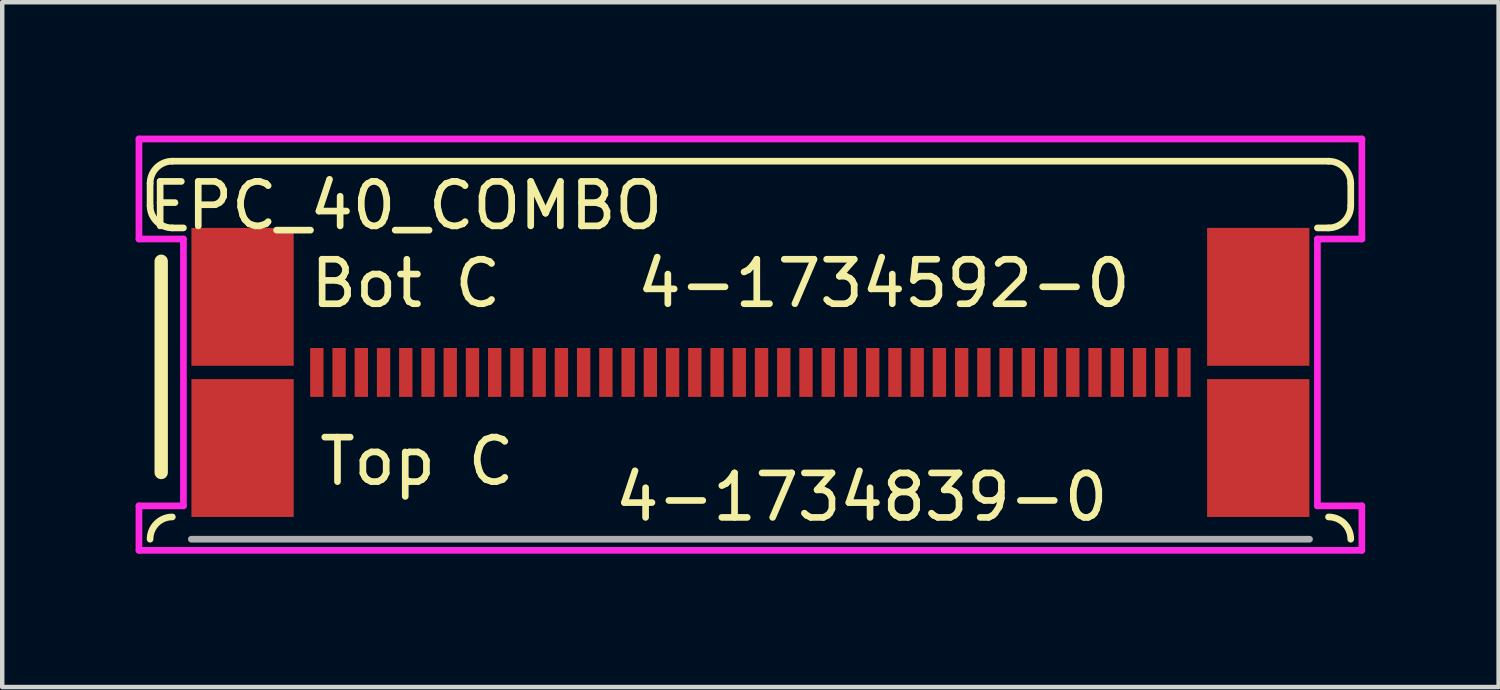
<source format=kicad_pcb>
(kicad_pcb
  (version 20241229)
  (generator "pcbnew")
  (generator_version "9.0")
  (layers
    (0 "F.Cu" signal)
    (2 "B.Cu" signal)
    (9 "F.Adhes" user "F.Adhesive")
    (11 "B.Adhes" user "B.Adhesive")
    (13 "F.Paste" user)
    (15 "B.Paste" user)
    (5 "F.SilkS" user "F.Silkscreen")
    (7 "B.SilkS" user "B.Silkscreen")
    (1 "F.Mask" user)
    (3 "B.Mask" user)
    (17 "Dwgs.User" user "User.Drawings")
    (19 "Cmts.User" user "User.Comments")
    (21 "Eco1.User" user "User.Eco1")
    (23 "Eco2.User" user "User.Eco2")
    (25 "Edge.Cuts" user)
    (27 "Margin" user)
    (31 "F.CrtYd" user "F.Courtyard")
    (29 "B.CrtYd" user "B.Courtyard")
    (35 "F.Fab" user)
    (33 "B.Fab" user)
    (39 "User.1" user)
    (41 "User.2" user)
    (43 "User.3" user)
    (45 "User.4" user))
  (footprint "FPC_40_COMBO"
    (layer "F.Cu")
    (at 13.825 5.325)
    (property "Reference" "FPC_40_COMBO" (at -7.75 -3.75 0) (layer "F.SilkS") (effects (font (size 1 1) (thickness 0.15))))
    (attr through_hole)
    (fp_line (start -13.5 -4.25) (end -13.5 -3.75) (stroke (width 0.15) (type solid)) (layer "F.SilkS"))
    (fp_line (start -13.25 -2.5) (end -13.25 2.25) (stroke (width 0.3) (type solid)) (layer "F.SilkS"))
    (fp_line (start -13 -3.25) (end -12.75 -3.25) (stroke (width 0.15) (type solid)) (layer "F.SilkS"))
    (fp_line (start 13 -4.75) (end -13 -4.75) (stroke (width 0.15) (type solid)) (layer "F.SilkS"))
    (fp_line (start 13 -3.25) (end 12.75 -3.25) (stroke (width 0.15) (type solid)) (layer "F.SilkS"))
    (fp_line (start 13.5 -4.25) (end 13.5 -3.75) (stroke (width 0.15) (type solid)) (layer "F.SilkS"))
    (fp_arc (start -13.5 -4.25) (mid -13.353553 -4.603553) (end -13 -4.75) (stroke (width 0.15) (type solid)) (layer "F.SilkS"))
    (fp_arc (start -13.5 3.75) (mid -13.353553 3.396447) (end -13 3.25) (stroke (width 0.15) (type solid)) (layer "F.SilkS"))
    (fp_arc (start -13 -3.25) (mid -13.353553 -3.396447) (end -13.5 -3.75) (stroke (width 0.15) (type solid)) (layer "F.SilkS"))
    (fp_arc (start 13 -4.75) (mid 13.353553 -4.603553) (end 13.5 -4.25) (stroke (width 0.15) (type solid)) (layer "F.SilkS"))
    (fp_arc (start 13 3.25) (mid 13.353553 3.396447) (end 13.5 3.75) (stroke (width 0.15) (type solid)) (layer "F.SilkS"))
    (fp_arc (start 13.5 -3.75) (mid 13.353553 -3.396447) (end 13 -3.25) (stroke (width 0.15) (type solid)) (layer "F.SilkS"))
    (fp_line (start -13.75 -5.25) (end 13.75 -5.25) (stroke (width 0.15) (type solid)) (layer "F.CrtYd"))
    (fp_line (start -13.75 -3) (end -13.75 -5.25) (stroke (width 0.15) (type solid)) (layer "F.CrtYd"))
    (fp_line (start -13.75 3) (end -12.75 3) (stroke (width 0.15) (type solid)) (layer "F.CrtYd"))
    (fp_line (start -13.75 4) (end -13.75 3) (stroke (width 0.15) (type solid)) (layer "F.CrtYd"))
    (fp_line (start -12.75 -3) (end -13.75 -3) (stroke (width 0.15) (type solid)) (layer "F.CrtYd"))
    (fp_line (start -12.75 3) (end -12.75 -3) (stroke (width 0.15) (type solid)) (layer "F.CrtYd"))
    (fp_line (start 12.75 -3) (end 12.75 3) (stroke (width 0.15) (type solid)) (layer "F.CrtYd"))
    (fp_line (start 12.75 3) (end 13.75 3) (stroke (width 0.15) (type solid)) (layer "F.CrtYd"))
    (fp_line (start 13.75 -5.25) (end 13.75 -3) (stroke (width 0.15) (type solid)) (layer "F.CrtYd"))
    (fp_line (start 13.75 -3) (end 12.75 -3) (stroke (width 0.15) (type solid)) (layer "F.CrtYd"))
    (fp_line (start 13.75 3) (end 13.75 4) (stroke (width 0.15) (type solid)) (layer "F.CrtYd"))
    (fp_line (start 13.75 4) (end -13.75 4) (stroke (width 0.15) (type solid)) (layer "F.CrtYd"))
    (fp_line (start -12.573 3.75) (end 12.573 3.75) (stroke (width 0.15) (type solid)) (layer "F.Fab"))
    (fp_text user "\n4-1734839-0" (at 2.5 2 0) (layer "F.SilkS") (effects (font (size 1 1) (thickness 0.15))))
    (fp_text user "Bot C" (at -7.75 -2 0) (layer "F.SilkS") (effects (font (size 1 1) (thickness 0.15))))
    (fp_text user "Top C" (at -7.5 2 0) (layer "F.SilkS") (effects (font (size 1 1) (thickness 0.15))))
    (fp_text user "4-1734592-0" (at 3 -2 0) (layer "F.SilkS") (effects (font (size 1 1) (thickness 0.15))))
    (pad "1" smd rect (at -9.75 0) (size 0.3 1.1) (layers "F.Cu" "F.Mask" "F.Paste"))
    (pad "2" smd rect (at -9.25 0) (size 0.3 1.1) (layers "F.Cu" "F.Mask" "F.Paste"))
    (pad "3" smd rect (at -8.75 0) (size 0.3 1.1) (layers "F.Cu" "F.Mask" "F.Paste"))
    (pad "4" smd rect (at -8.25 0) (size 0.3 1.1) (layers "F.Cu" "F.Mask" "F.Paste"))
    (pad "5" smd rect (at -7.75 0) (size 0.3 1.1) (layers "F.Cu" "F.Mask" "F.Paste"))
    (pad "6" smd rect (at -7.25 0) (size 0.3 1.1) (layers "F.Cu" "F.Mask" "F.Paste"))
    (pad "7" smd rect (at -6.75 0) (size 0.3 1.1) (layers "F.Cu" "F.Mask" "F.Paste"))
    (pad "8" smd rect (at -6.25 0) (size 0.3 1.1) (layers "F.Cu" "F.Mask" "F.Paste"))
    (pad "9" smd rect (at -5.75 0) (size 0.3 1.1) (layers "F.Cu" "F.Mask" "F.Paste"))
    (pad "10" smd rect (at -5.25 0) (size 0.3 1.1) (layers "F.Cu" "F.Mask" "F.Paste"))
    (pad "11" smd rect (at -4.75 0) (size 0.3 1.1) (layers "F.Cu" "F.Mask" "F.Paste"))
    (pad "12" smd rect (at -4.25 0) (size 0.3 1.1) (layers "F.Cu" "F.Mask" "F.Paste"))
    (pad "13" smd rect (at -3.75 0) (size 0.3 1.1) (layers "F.Cu" "F.Mask" "F.Paste"))
    (pad "14" smd rect (at -3.25 0) (size 0.3 1.1) (layers "F.Cu" "F.Mask" "F.Paste"))
    (pad "15" smd rect (at -2.75 0) (size 0.3 1.1) (layers "F.Cu" "F.Mask" "F.Paste"))
    (pad "16" smd rect (at -2.25 0) (size 0.3 1.1) (layers "F.Cu" "F.Mask" "F.Paste"))
    (pad "17" smd rect (at -1.75 0) (size 0.3 1.1) (layers "F.Cu" "F.Mask" "F.Paste"))
    (pad "18" smd rect (at -1.25 0) (size 0.3 1.1) (layers "F.Cu" "F.Mask" "F.Paste"))
    (pad "19" smd rect (at -0.75 0) (size 0.3 1.1) (layers "F.Cu" "F.Mask" "F.Paste"))
    (pad "20" smd rect (at -0.25 0) (size 0.3 1.1) (layers "F.Cu" "F.Mask" "F.Paste"))
    (pad "21" smd rect (at 0.25 0) (size 0.3 1.1) (layers "F.Cu" "F.Mask" "F.Paste"))
    (pad "22" smd rect (at 0.75 0) (size 0.3 1.1) (layers "F.Cu" "F.Mask" "F.Paste"))
    (pad "23" smd rect (at 1.25 0) (size 0.3 1.1) (layers "F.Cu" "F.Mask" "F.Paste"))
    (pad "24" smd rect (at 1.75 0) (size 0.3 1.1) (layers "F.Cu" "F.Mask" "F.Paste"))
    (pad "25" smd rect (at 2.25 0) (size 0.3 1.1) (layers "F.Cu" "F.Mask" "F.Paste"))
    (pad "26" smd rect (at 2.75 0) (size 0.3 1.1) (layers "F.Cu" "F.Mask" "F.Paste"))
    (pad "27" smd rect (at 3.25 0) (size 0.3 1.1) (layers "F.Cu" "F.Mask" "F.Paste"))
    (pad "28" smd rect (at 3.75 0) (size 0.3 1.1) (layers "F.Cu" "F.Mask" "F.Paste"))
    (pad "29" smd rect (at 4.25 0) (size 0.3 1.1) (layers "F.Cu" "F.Mask" "F.Paste"))
    (pad "30" smd rect (at 4.75 0) (size 0.3 1.1) (layers "F.Cu" "F.Mask" "F.Paste"))
    (pad "31" smd rect (at 5.25 0) (size 0.3 1.1) (layers "F.Cu" "F.Mask" "F.Paste"))
    (pad "32" smd rect (at 5.75 0) (size 0.3 1.1) (layers "F.Cu" "F.Mask" "F.Paste"))
    (pad "33" smd rect (at 6.25 0) (size 0.3 1.1) (layers "F.Cu" "F.Mask" "F.Paste"))
    (pad "34" smd rect (at 6.75 0) (size 0.3 1.1) (layers "F.Cu" "F.Mask" "F.Paste"))
    (pad "35" smd rect (at 7.25 0) (size 0.3 1.1) (layers "F.Cu" "F.Mask" "F.Paste"))
    (pad "36" smd rect (at 7.75 0) (size 0.3 1.1) (layers "F.Cu" "F.Mask" "F.Paste"))
    (pad "37" smd rect (at 8.25 0) (size 0.3 1.1) (layers "F.Cu" "F.Mask" "F.Paste"))
    (pad "38" smd rect (at 8.75 0) (size 0.3 1.1) (layers "F.Cu" "F.Mask" "F.Paste"))
    (pad "39" smd rect (at 9.25 0) (size 0.3 1.1) (layers "F.Cu" "F.Mask" "F.Paste"))
    (pad "40" smd rect (at 9.75 0) (size 0.3 1.1) (layers "F.Cu" "F.Mask" "F.Paste"))
    (pad "G1" smd rect (at 11.42 1.7) (size 2.3 3.1) (layers "F.Cu" "F.Mask" "F.Paste"))
    (pad "G2" smd rect (at -11.42 1.7) (size 2.3 3.1) (layers "F.Cu" "F.Mask" "F.Paste"))
    (pad "G3" smd rect (at -11.42 -1.7) (size 2.3 3.1) (layers "F.Cu" "F.Mask" "F.Paste"))
    (pad "G4" smd rect (at 11.42 -1.7) (size 2.3 3.1) (layers "F.Cu" "F.Mask" "F.Paste")))
  (gr_rect
    (start -3 -3)
    (end 30.65 12.4)
    (stroke (width 0.1) (type default))
    (fill no)
    (layer "Edge.Cuts")))
</source>
